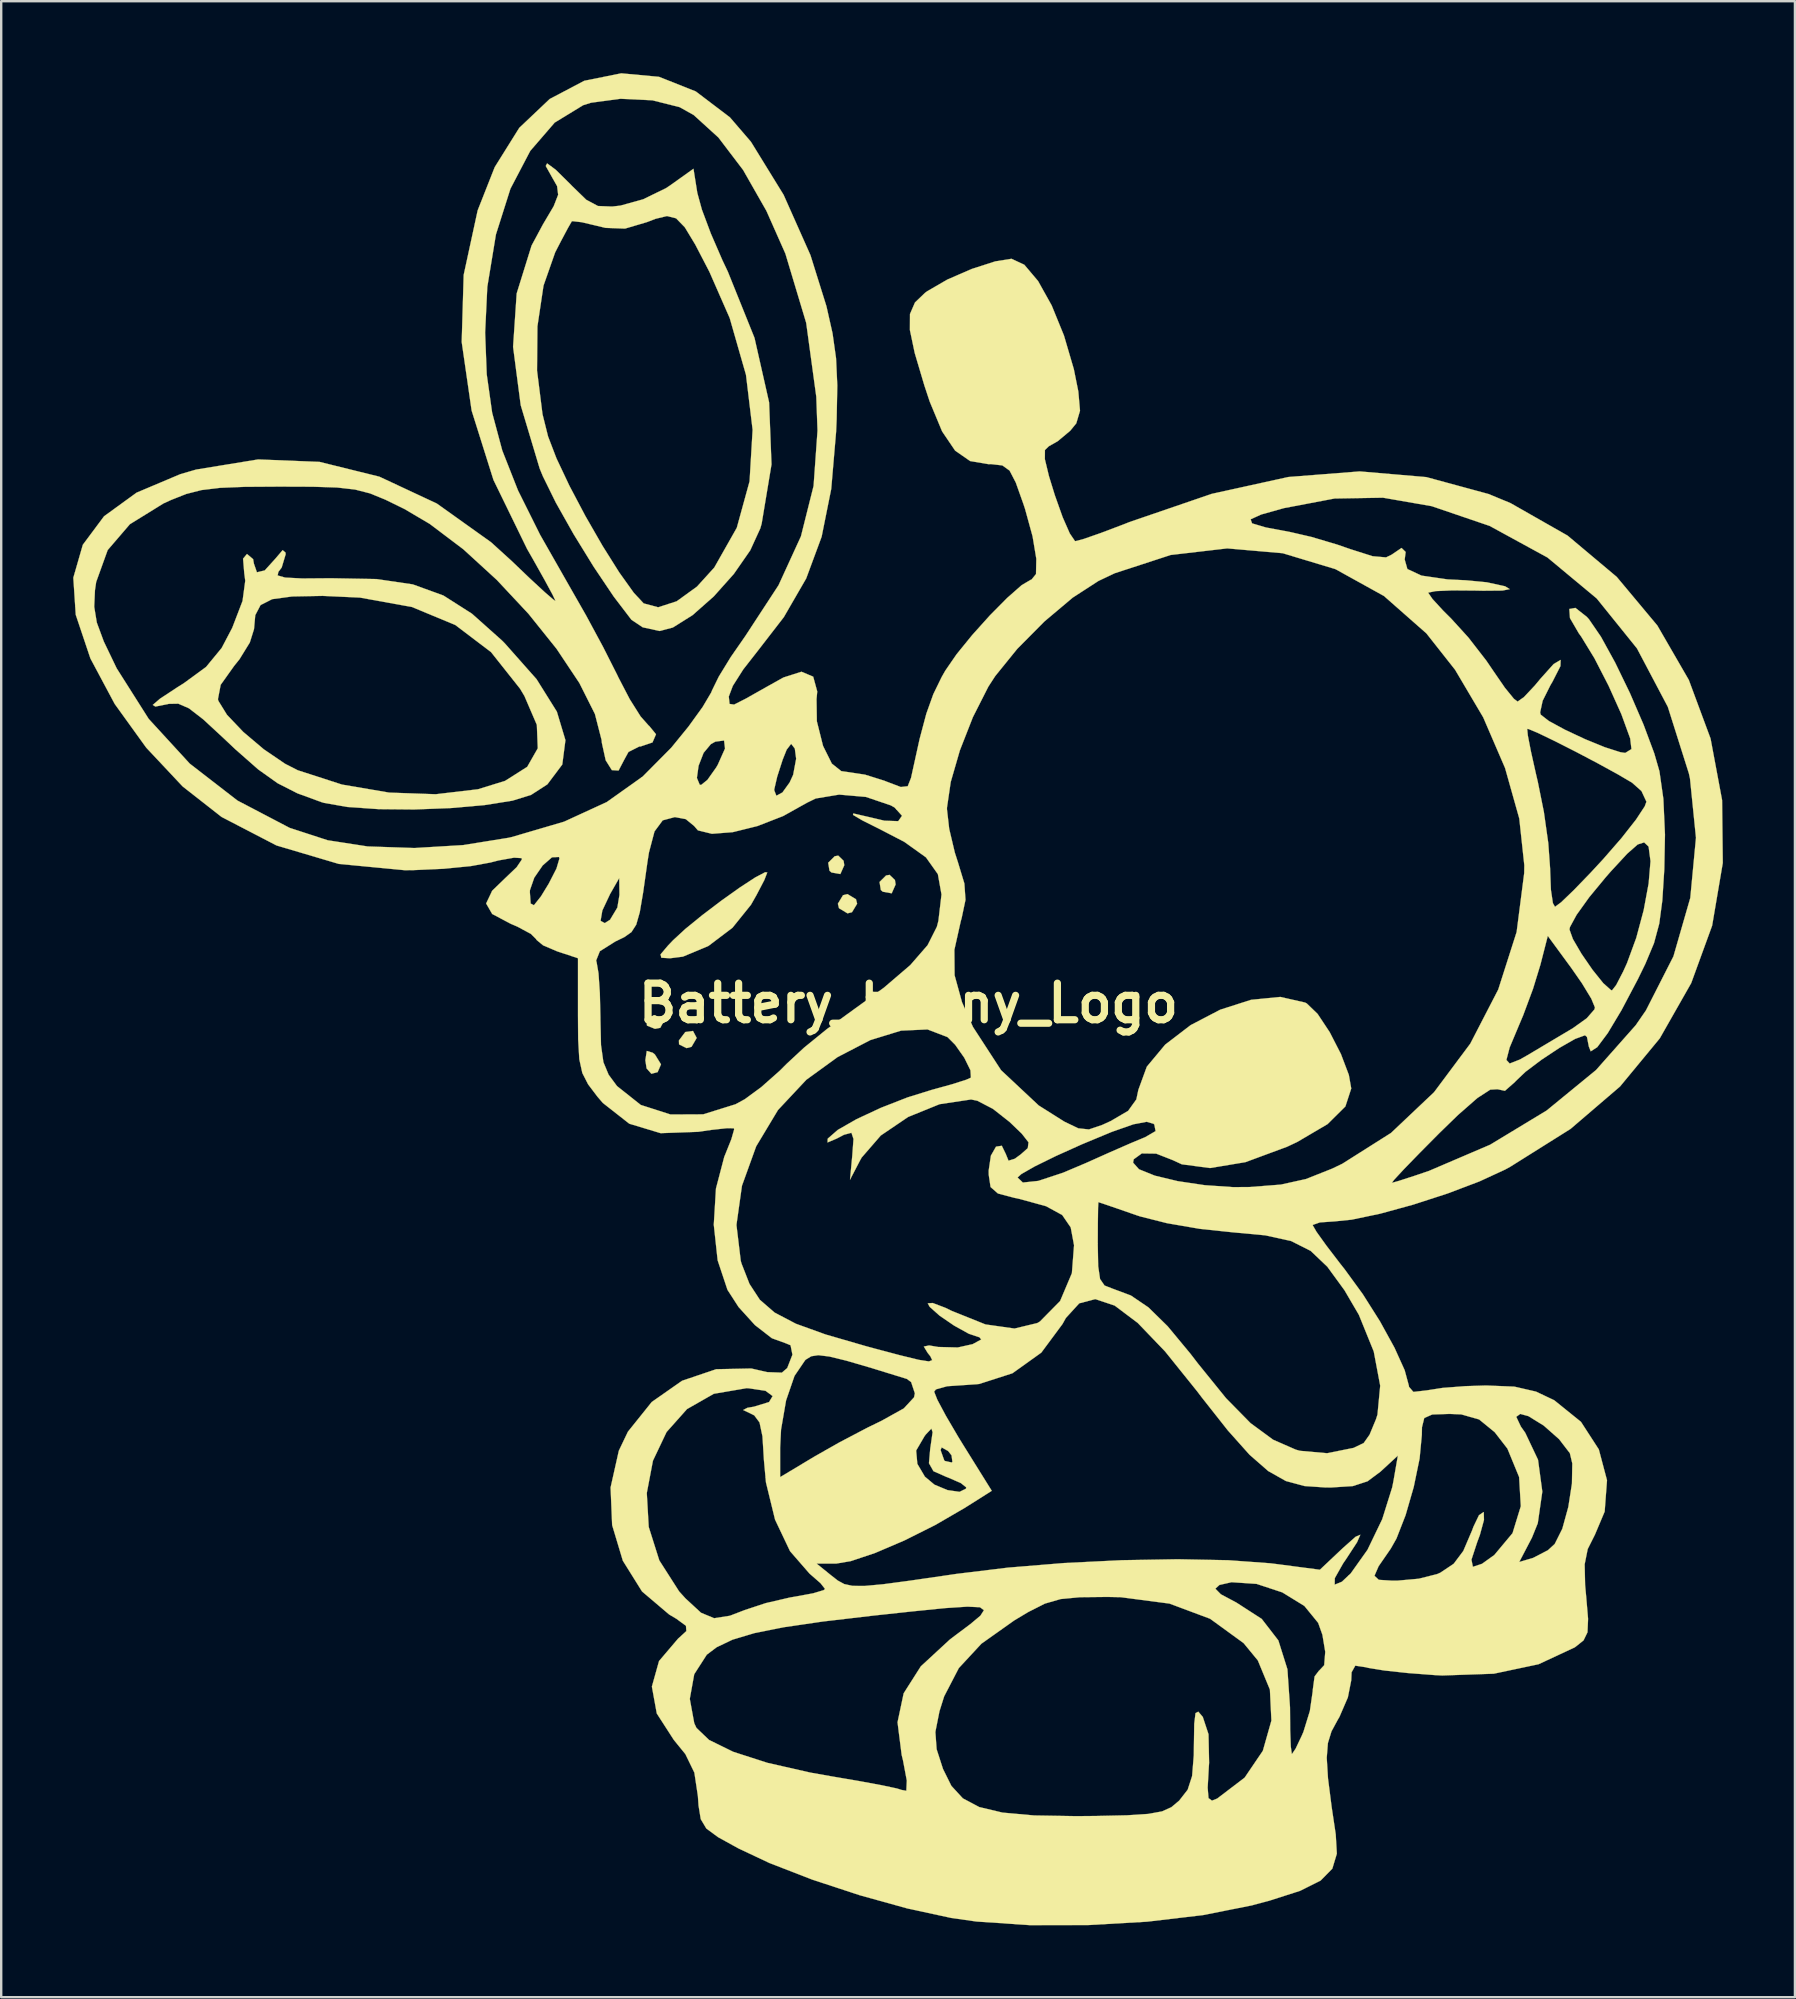
<source format=kicad_pcb>
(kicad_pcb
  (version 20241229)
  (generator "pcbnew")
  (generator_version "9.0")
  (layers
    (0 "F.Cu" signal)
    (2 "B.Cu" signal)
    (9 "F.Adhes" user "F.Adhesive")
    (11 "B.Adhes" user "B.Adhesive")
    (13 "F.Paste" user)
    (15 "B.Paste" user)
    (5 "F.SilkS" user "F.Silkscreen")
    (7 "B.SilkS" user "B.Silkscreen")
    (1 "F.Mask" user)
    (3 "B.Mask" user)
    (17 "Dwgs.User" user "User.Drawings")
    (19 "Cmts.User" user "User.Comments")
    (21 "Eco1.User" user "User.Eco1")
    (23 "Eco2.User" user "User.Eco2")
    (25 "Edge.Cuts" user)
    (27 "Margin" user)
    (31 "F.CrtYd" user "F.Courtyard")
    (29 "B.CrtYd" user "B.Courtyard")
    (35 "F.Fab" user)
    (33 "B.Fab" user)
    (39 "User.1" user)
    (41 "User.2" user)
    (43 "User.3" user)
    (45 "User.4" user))
  (footprint "Battery_bunny_Logo"
    (layer "F.Cu")
    (at 34.8 38.747)
    (property "Reference" "Battery_bunny_Logo" (at 0 0 0) (layer "F.SilkS") (effects (font (size 1.524 1.524) (thickness 0.3))))
    (attr through_hole)
    (fp_poly (pts (xy -8.823 1.448) (xy -9.038 1.817) (xy -9.246 1.872) (xy -9.558 1.716) (xy -9.564 1.554) (xy -9.298 1.201) (xy -8.977 1.156) (xy -8.823 1.448)) (stroke (width 0.01) (type solid)) (fill yes) (layer "F.SilkS"))
    (fp_poly (pts (xy -10.653 2.065) (xy -10.564 2.137) (xy -10.31 2.548) (xy -10.451 2.873) (xy -10.711 2.941) (xy -10.911 2.716) (xy -10.962 2.374) (xy -10.903 1.988) (xy -10.653 2.065)) (stroke (width 0.01) (type solid)) (fill yes) (layer "F.SilkS"))
    (fp_poly (pts (xy -10.248 0.703) (xy -10.211 0.782) (xy -10.34 1.026) (xy -10.561 1.069) (xy -10.894 0.934) (xy -10.911 0.782) (xy -10.635 0.506) (xy -10.561 0.495) (xy -10.248 0.703)) (stroke (width 0.01) (type solid)) (fill yes) (layer "F.SilkS"))
    (fp_poly (pts (xy -2.702 -5.933) (xy -2.674 -5.748) (xy -2.838 -5.38) (xy -3.207 -5.446) (xy -3.29 -5.518) (xy -3.344 -5.852) (xy -3.073 -6.122) (xy -2.925 -6.149) (xy -2.702 -5.933)) (stroke (width 0.01) (type solid)) (fill yes) (layer "F.SilkS"))
    (fp_poly (pts (xy -2.186 -4.331) (xy -2.139 -4.144) (xy -2.353 -3.79) (xy -2.54 -3.743) (xy -2.894 -3.957) (xy -2.941 -4.144) (xy -2.727 -4.499) (xy -2.54 -4.545) (xy -2.186 -4.331)) (stroke (width 0.01) (type solid)) (fill yes) (layer "F.SilkS"))
    (fp_poly (pts (xy -0.563 -5.131) (xy -0.535 -4.946) (xy -0.699 -4.578) (xy -1.068 -4.644) (xy -1.151 -4.716) (xy -1.205 -5.05) (xy -0.934 -5.32) (xy -0.786 -5.347) (xy -0.563 -5.131)) (stroke (width 0.01) (type solid)) (fill yes) (layer "F.SilkS"))
    (fp_poly (pts (xy -5.882 -5.447) (xy -6.007 -5.127) (xy -6.326 -4.516) (xy -6.562 -4.1) (xy -7.333 -3.143) (xy -8.336 -2.384) (xy -9.397 -1.94) (xy -9.932 -1.872) (xy -10.296 -1.893) (xy -10.33 -2.033) (xy -10.018 -2.402) (xy -9.81 -2.62) (xy -9.299 -3.092) (xy -8.593 -3.667) (xy -7.8 -4.269) (xy -7.026 -4.82) (xy -6.381 -5.241) (xy -5.971 -5.457) (xy -5.882 -5.447)) (stroke (width 0.01) (type solid)) (fill yes) (layer "F.SilkS"))
    (fp_poly (pts (xy -14.698 -34.726) (xy -14.065 -34.101) (xy -14.021 -34.054) (xy -13.421 -33.471) (xy -12.937 -33.214) (xy -12.347 -33.191) (xy -12.004 -33.23) (xy -11.056 -33.493) (xy -10.106 -33.955) (xy -9.93 -34.072) (xy -8.957 -34.766) (xy -8.797 -33.759) (xy -8.607 -33.065) (xy -8.235 -32.07) (xy -7.748 -30.947) (xy -7.526 -30.48) (xy -6.415 -27.721) (xy -5.807 -25.036) (xy -5.706 -22.448) (xy -6.116 -19.983) (xy -6.172 -19.785) (xy -6.592 -18.868) (xy -7.275 -17.885) (xy -8.112 -16.948) (xy -8.996 -16.167) (xy -9.817 -15.652) (xy -10.365 -15.507) (xy -11.073 -15.661) (xy -11.542 -15.975) (xy -12.28 -16.942) (xy -13.115 -18.184) (xy -13.95 -19.54) (xy -14.689 -20.851) (xy -15.233 -21.957) (xy -15.365 -22.277) (xy -16.154 -24.91) (xy -16.344 -26.356) (xy -15.475 -26.356) (xy -15.247 -24.539) (xy -15.016 -23.614) (xy -14.666 -22.701) (xy -14.125 -21.556) (xy -13.463 -20.302) (xy -12.749 -19.06) (xy -12.053 -17.952) (xy -11.445 -17.101) (xy -11.032 -16.657) (xy -10.43 -16.495) (xy -9.657 -16.745) (xy -8.812 -17.356) (xy -8.09 -18.151) (xy -7.152 -19.808) (xy -6.62 -21.743) (xy -6.493 -23.89) (xy -6.769 -26.179) (xy -7.447 -28.544) (xy -8.297 -30.48) (xy -8.884 -31.61) (xy -9.318 -32.327) (xy -9.682 -32.701) (xy -10.06 -32.796) (xy -10.537 -32.681) (xy -10.895 -32.543) (xy -11.808 -32.273) (xy -12.622 -32.303) (xy -12.964 -32.385) (xy -13.615 -32.539) (xy -13.997 -32.583) (xy -14.029 -32.572) (xy -14.184 -32.304) (xy -14.497 -31.715) (xy -14.72 -31.282) (xy -15.205 -29.898) (xy -15.459 -28.199) (xy -15.475 -26.356) (xy -16.344 -26.356) (xy -16.473 -27.347) (xy -16.323 -29.571) (xy -15.703 -31.564) (xy -15.227 -32.451) (xy -14.78 -33.207) (xy -14.595 -33.682) (xy -14.639 -34.043) (xy -14.836 -34.39) (xy -15.112 -34.882) (xy -15.056 -34.99) (xy -14.698 -34.726)) (stroke (width 0.01) (type solid)) (fill yes) (layer "F.SilkS"))
    (fp_poly (pts (xy -25.954 -18.774) (xy -25.949 -18.702) (xy -26.113 -18.154) (xy -26.251 -17.971) (xy -26.283 -17.822) (xy -25.973 -17.733) (xy -25.257 -17.696) (xy -24.073 -17.705) (xy -24.045 -17.705) (xy -22.161 -17.671) (xy -20.652 -17.449) (xy -19.375 -16.985) (xy -18.186 -16.227) (xy -16.944 -15.119) (xy -16.822 -14.997) (xy -15.493 -13.497) (xy -14.649 -12.147) (xy -14.292 -10.959) (xy -14.423 -9.945) (xy -15.044 -9.118) (xy -15.723 -8.679) (xy -16.5 -8.438) (xy -17.666 -8.253) (xy -19.08 -8.129) (xy -20.598 -8.071) (xy -22.077 -8.085) (xy -23.376 -8.175) (xy -24.352 -8.346) (xy -24.464 -8.38) (xy -25.458 -8.744) (xy -26.283 -9.164) (xy -27.092 -9.74) (xy -28.039 -10.573) (xy -28.531 -11.038) (xy -29.383 -11.826) (xy -29.978 -12.286) (xy -30.421 -12.479) (xy -30.818 -12.472) (xy -30.87 -12.459) (xy -31.375 -12.359) (xy -31.486 -12.426) (xy -31.206 -12.667) (xy -28.77 -12.667) (xy -28.751 -12.595) (xy -28.393 -12.015) (xy -27.714 -11.301) (xy -26.859 -10.578) (xy -25.973 -9.975) (xy -25.442 -9.704) (xy -23.602 -9.109) (xy -21.636 -8.774) (xy -19.697 -8.706) (xy -17.938 -8.913) (xy -16.808 -9.262) (xy -15.884 -9.848) (xy -15.444 -10.62) (xy -15.483 -11.596) (xy -16 -12.798) (xy -16.182 -13.103) (xy -17.391 -14.627) (xy -18.879 -15.756) (xy -20.687 -16.507) (xy -22.853 -16.899) (xy -24.407 -16.97) (xy -25.68 -16.946) (xy -26.512 -16.833) (xy -26.994 -16.588) (xy -27.215 -16.166) (xy -27.267 -15.584) (xy -27.441 -15.029) (xy -27.872 -14.33) (xy -28.094 -14.054) (xy -28.656 -13.265) (xy -28.77 -12.667) (xy -31.206 -12.667) (xy -31.18 -12.689) (xy -30.436 -13.178) (xy -30.199 -13.326) (xy -29.262 -14.012) (xy -28.615 -14.799) (xy -28.173 -15.641) (xy -27.745 -16.757) (xy -27.632 -17.6) (xy -27.673 -17.916) (xy -27.723 -18.521) (xy -27.56 -18.716) (xy -27.304 -18.5) (xy -27.272 -18.315) (xy -27.146 -17.953) (xy -26.82 -18.031) (xy -26.382 -18.515) (xy -26.074 -18.876) (xy -25.954 -18.774)) (stroke (width 0.01) (type solid)) (fill yes) (layer "F.SilkS"))
    (fp_poly (pts (xy -10.393 -38.596) (xy -8.86 -37.987) (xy -7.439 -36.908) (xy -6.563 -35.89) (xy -5.202 -33.679) (xy -4.083 -31.165) (xy -3.418 -29.04) (xy -3.163 -27.909) (xy -3.017 -26.872) (xy -2.965 -25.741) (xy -2.992 -24.327) (xy -3.015 -23.803) (xy -3.218 -21.425) (xy -3.618 -19.433) (xy -4.261 -17.696) (xy -5.192 -16.086) (xy -6.272 -14.689) (xy -6.883 -13.907) (xy -7.319 -13.22) (xy -7.486 -12.777) (xy -7.486 -12.776) (xy -7.454 -12.469) (xy -7.264 -12.441) (xy -6.778 -12.688) (xy -6.651 -12.76) (xy -5.889 -13.19) (xy -5.216 -13.566) (xy -5.207 -13.571) (xy -4.457 -13.81) (xy -3.969 -13.604) (xy -3.801 -12.989) (xy -3.83 -12.669) (xy -3.817 -11.747) (xy -3.564 -10.738) (xy -3.551 -10.703) (xy -3.193 -9.983) (xy -2.799 -9.669) (xy -2.491 -9.625) (xy -1.81 -9.522) (xy -1.004 -9.269) (xy -0.929 -9.238) (xy -0.319 -9.007) (xy -0.03 -9.04) (xy 0.108 -9.389) (xy 0.148 -9.573) (xy 0.465 -11.011) (xy 0.745 -12.064) (xy 1.036 -12.876) (xy 1.383 -13.588) (xy 1.534 -13.854) (xy 2.004 -14.537) (xy 2.658 -15.341) (xy 3.396 -16.161) (xy 4.117 -16.889) (xy 4.72 -17.42) (xy 5.104 -17.645) (xy 5.124 -17.646) (xy 5.314 -17.88) (xy 5.327 -18.515) (xy 5.171 -19.452) (xy 4.858 -20.592) (xy 4.788 -20.803) (xy 4.471 -21.694) (xy 4.213 -22.19) (xy 3.912 -22.406) (xy 3.466 -22.458) (xy 3.328 -22.459) (xy 2.569 -22.588) (xy 1.945 -23.021) (xy 1.402 -23.823) (xy 0.886 -25.063) (xy 0.662 -25.739) (xy 0.261 -27.089) (xy 0.06 -28.046) (xy 0.063 -28.714) (xy 0.272 -29.196) (xy 0.691 -29.597) (xy 0.784 -29.665) (xy 1.619 -30.149) (xy 2.636 -30.591) (xy 3.617 -30.907) (xy 4.293 -31.015) (xy 4.826 -30.767) (xy 5.4 -30.088) (xy 5.967 -29.072) (xy 6.48 -27.815) (xy 6.891 -26.413) (xy 7.077 -25.487) (xy 7.147 -24.683) (xy 6.992 -24.159) (xy 6.738 -23.849) (xy 6.216 -23.413) (xy 5.849 -23.205) (xy 5.686 -23.048) (xy 5.683 -22.667) (xy 5.852 -21.964) (xy 6.098 -21.167) (xy 6.424 -20.249) (xy 6.722 -19.571) (xy 6.935 -19.258) (xy 6.96 -19.251) (xy 7.309 -19.344) (xy 8.016 -19.591) (xy 8.947 -19.943) (xy 9.21 -20.047) (xy 9.543 -20.161) (xy 14.256 -20.161) (xy 14.316 -19.992) (xy 14.891 -19.821) (xy 15.908 -19.63) (xy 16.795 -19.425) (xy 17.861 -19.108) (xy 18.407 -18.919) (xy 19.337 -18.623) (xy 19.898 -18.574) (xy 20.131 -18.687) (xy 20.544 -18.968) (xy 20.715 -18.8) (xy 20.675 -18.486) (xy 20.787 -18.089) (xy 21.376 -17.815) (xy 22.462 -17.657) (xy 23.228 -17.62) (xy 24.093 -17.537) (xy 24.845 -17.373) (xy 24.865 -17.366) (xy 25.051 -17.251) (xy 24.747 -17.192) (xy 23.936 -17.185) (xy 23.595 -17.192) (xy 22.654 -17.199) (xy 21.965 -17.169) (xy 21.661 -17.107) (xy 21.656 -17.097) (xy 21.832 -16.842) (xy 22.28 -16.354) (xy 22.608 -16.028) (xy 23.33 -15.234) (xy 24.075 -14.274) (xy 24.373 -13.836) (xy 24.849 -13.144) (xy 25.225 -12.683) (xy 25.38 -12.566) (xy 25.647 -12.757) (xy 26.1 -13.24) (xy 26.324 -13.51) (xy 26.881 -14.131) (xy 27.172 -14.303) (xy 27.164 -14.045) (xy 26.824 -13.378) (xy 26.749 -13.254) (xy 26.423 -12.601) (xy 26.317 -12.113) (xy 26.342 -12.022) (xy 26.681 -11.758) (xy 27.353 -11.393) (xy 28.187 -11.002) (xy 29.012 -10.665) (xy 29.658 -10.458) (xy 29.863 -10.427) (xy 30.123 -10.587) (xy 30.071 -11.029) (xy 29.703 -12.04) (xy 29.17 -13.226) (xy 28.578 -14.376) (xy 28.028 -15.276) (xy 27.928 -15.413) (xy 27.561 -16.045) (xy 27.534 -16.425) (xy 27.788 -16.47) (xy 28.261 -16.098) (xy 28.353 -15.996) (xy 28.851 -15.269) (xy 29.444 -14.19) (xy 30.061 -12.916) (xy 30.628 -11.602) (xy 31.074 -10.405) (xy 31.289 -9.661) (xy 31.452 -8.515) (xy 31.519 -7.024) (xy 31.491 -5.583) (xy 31.409 -4.279) (xy 31.281 -3.316) (xy 31.062 -2.501) (xy 30.703 -1.643) (xy 30.391 -1.003) (xy 29.71 0.287) (xy 29.136 1.245) (xy 28.698 1.832) (xy 28.426 2.006) (xy 28.347 1.805) (xy 28.269 1.407) (xy 28.188 1.337) (xy 27.777 1.487) (xy 27.117 1.864) (xy 26.372 2.358) (xy 25.709 2.858) (xy 25.292 3.254) (xy 25.274 3.279) (xy 24.851 3.651) (xy 24.543 3.585) (xy 24.24 3.602) (xy 23.704 3.95) (xy 22.895 4.659) (xy 22.118 5.414) (xy 21.293 6.246) (xy 20.641 6.918) (xy 20.235 7.356) (xy 20.138 7.486) (xy 20.423 7.406) (xy 21.06 7.2) (xy 21.683 6.989) (xy 24.236 5.896) (xy 26.59 4.471) (xy 28.645 2.787) (xy 30.303 0.915) (xy 30.726 0.301) (xy 31.872 -1.951) (xy 32.574 -4.387) (xy 32.811 -6.893) (xy 32.562 -9.357) (xy 32.516 -9.571) (xy 31.638 -12.347) (xy 30.352 -14.783) (xy 28.675 -16.863) (xy 26.624 -18.569) (xy 24.215 -19.885) (xy 21.801 -20.708) (xy 19.771 -21.061) (xy 17.752 -21.027) (xy 15.641 -20.626) (xy 14.7 -20.362) (xy 14.256 -20.161) (xy 9.543 -20.161) (xy 12.636 -21.221) (xy 15.827 -21.923) (xy 18.801 -22.156) (xy 21.576 -21.919) (xy 24.17 -21.214) (xy 25.079 -20.838) (xy 27.461 -19.482) (xy 29.51 -17.761) (xy 31.201 -15.736) (xy 32.512 -13.469) (xy 33.419 -11.024) (xy 33.899 -8.461) (xy 33.928 -5.842) (xy 33.484 -3.231) (xy 32.612 -0.837) (xy 31.302 1.466) (xy 29.645 3.472) (xy 27.584 5.238) (xy 25.064 6.82) (xy 24.858 6.932) (xy 23.79 7.425) (xy 22.462 7.928) (xy 21.029 8.393) (xy 19.645 8.772) (xy 18.465 9.019) (xy 17.75 9.091) (xy 17.143 9.133) (xy 16.849 9.236) (xy 16.844 9.253) (xy 17 9.524) (xy 17.412 10.099) (xy 18.001 10.868) (xy 18.178 11.092) (xy 18.93 12.124) (xy 19.644 13.253) (xy 20.248 14.351) (xy 20.674 15.291) (xy 20.851 15.944) (xy 20.852 15.98) (xy 21.037 16.196) (xy 21.59 16.132) (xy 22.249 16.029) (xy 23.211 15.955) (xy 24.063 15.928) (xy 25.247 15.976) (xy 26.146 16.183) (xy 26.906 16.543) (xy 28.019 17.442) (xy 28.763 18.591) (xy 29.104 19.876) (xy 29.007 21.181) (xy 28.602 22.141) (xy 28.3 22.743) (xy 28.173 23.377) (xy 28.192 24.246) (xy 28.236 24.719) (xy 28.315 25.652) (xy 28.291 26.21) (xy 28.127 26.548) (xy 27.788 26.819) (xy 27.752 26.843) (xy 26.252 27.541) (xy 24.386 27.936) (xy 22.242 28.01) (xy 21.926 27.994) (xy 20.802 27.908) (xy 19.823 27.802) (xy 19.159 27.694) (xy 19.05 27.666) (xy 18.616 27.601) (xy 18.462 27.877) (xy 18.448 28.211) (xy 18.307 28.924) (xy 17.958 29.732) (xy 17.879 29.868) (xy 17.625 30.338) (xy 17.475 30.827) (xy 17.427 31.443) (xy 17.479 32.293) (xy 17.631 33.484) (xy 17.802 34.628) (xy 17.848 35.435) (xy 17.66 36.058) (xy 17.171 36.555) (xy 16.315 36.983) (xy 15.024 37.397) (xy 14.304 37.589) (xy 12.281 37.992) (xy 9.941 38.268) (xy 7.466 38.41) (xy 5.037 38.411) (xy 2.837 38.262) (xy 1.787 38.113) (xy -0.044 37.717) (xy -2.036 37.164) (xy -4.011 36.514) (xy -5.793 35.823) (xy -7.085 35.214) (xy -7.933 34.746) (xy -8.42 34.388) (xy -8.654 33.996) (xy -8.746 33.429) (xy -8.773 33.034) (xy -8.92 32.057) (xy -9.295 31.285) (xy -9.776 30.694) (xy -10.486 29.593) (xy -10.597 28.984) (xy -9.111 28.984) (xy -8.925 29.998) (xy -8.834 30.193) (xy -8.306 30.697) (xy -7.301 31.19) (xy -5.875 31.65) (xy -4.084 32.057) (xy -3.208 32.212) (xy -2.048 32.41) (xy -1.099 32.586) (xy -0.476 32.719) (xy -0.29 32.778) (xy -0.089 32.814) (xy -0.069 32.389) (xy -0.228 31.544) (xy -0.283 31.32) (xy -0.405 30.359) (xy 1.121 30.359) (xy 1.173 31.081) (xy 1.439 31.906) (xy 1.786 32.607) (xy 2.265 33.129) (xy 2.951 33.493) (xy 3.918 33.723) (xy 5.239 33.842) (xy 6.989 33.871) (xy 7.814 33.864) (xy 9.111 33.835) (xy 9.989 33.778) (xy 10.565 33.673) (xy 10.955 33.497) (xy 11.274 33.228) (xy 11.284 33.218) (xy 11.633 32.77) (xy 11.818 32.199) (xy 11.888 31.332) (xy 11.893 30.916) (xy 11.907 30.019) (xy 11.96 29.578) (xy 12.076 29.518) (xy 12.263 29.737) (xy 12.501 30.458) (xy 12.526 31.648) (xy 12.514 31.821) (xy 12.466 32.685) (xy 12.501 33.119) (xy 12.645 33.225) (xy 12.861 33.139) (xy 14.005 32.268) (xy 14.765 31.148) (xy 15.122 29.889) (xy 15.059 28.598) (xy 14.556 27.382) (xy 13.964 26.662) (xy 12.568 25.647) (xy 10.877 25.015) (xy 8.841 24.748) (xy 8.288 24.737) (xy 7.143 24.749) (xy 6.34 24.826) (xy 5.688 25.014) (xy 4.997 25.363) (xy 4.41 25.714) (xy 3.04 26.685) (xy 2.099 27.7) (xy 1.487 28.88) (xy 1.292 29.5) (xy 1.121 30.359) (xy -0.405 30.359) (xy -0.455 29.959) (xy -0.2 28.753) (xy 0.515 27.629) (xy 1.722 26.514) (xy 1.939 26.349) (xy 2.58 25.869) (xy 2.997 25.52) (xy 3.145 25.289) (xy 2.979 25.167) (xy 2.455 25.142) (xy 1.527 25.203) (xy 0.152 25.341) (xy -1.471 25.516) (xy -3.562 25.761) (xy -5.189 25.999) (xy -6.423 26.246) (xy -7.334 26.519) (xy -7.993 26.834) (xy -8.402 27.143) (xy -8.926 27.957) (xy -9.111 28.984) (xy -10.597 28.984) (xy -10.69 28.473) (xy -10.392 27.408) (xy -9.595 26.471) (xy -9.565 26.446) (xy -9.254 26.161) (xy -9.27 25.94) (xy -9.669 25.648) (xy -9.972 25.468) (xy -11.1 24.51) (xy -11.9 23.229) (xy -12.346 21.745) (xy -12.401 20.408) (xy -10.902 20.408) (xy -10.822 21.82) (xy -10.381 23.215) (xy -9.555 24.507) (xy -9.292 24.798) (xy -8.643 25.397) (xy -8.097 25.624) (xy -7.441 25.522) (xy -6.82 25.284) (xy -5.949 24.996) (xy -4.932 24.76) (xy -4.689 24.719) (xy -3.97 24.586) (xy -3.535 24.455) (xy -3.476 24.405) (xy -3.484 24.394) (xy 12.786 24.394) (xy 13.016 24.627) (xy 13.664 24.973) (xy 14.719 25.654) (xy 15.411 26.549) (xy 15.789 27.75) (xy 15.897 29.344) (xy 15.904 30.284) (xy 15.93 30.973) (xy 15.972 31.278) (xy 15.978 31.282) (xy 16.129 31.062) (xy 16.387 30.518) (xy 16.457 30.355) (xy 16.724 29.49) (xy 16.844 28.658) (xy 16.844 28.617) (xy 16.921 28.05) (xy 17.106 27.806) (xy 17.112 27.806) (xy 17.321 27.582) (xy 17.365 27.026) (xy 17.247 26.314) (xy 17.07 25.818) (xy 16.495 25.113) (xy 15.576 24.548) (xy 14.503 24.194) (xy 13.462 24.124) (xy 12.957 24.238) (xy 12.786 24.394) (xy -3.484 24.394) (xy -3.663 24.166) (xy -4.114 23.772) (xy -4.121 23.766) (xy -4.483 23.35) (xy -3.825 23.35) (xy -3.22 23.84) (xy -2.943 24.056) (xy -2.674 24.202) (xy -2.328 24.277) (xy -1.818 24.279) (xy -1.058 24.209) (xy 0.038 24.063) (xy 1.555 23.843) (xy 2.005 23.777) (xy 4.144 23.517) (xy 6.487 23.325) (xy 8.892 23.207) (xy 11.218 23.167) (xy 13.324 23.208) (xy 15.068 23.335) (xy 15.321 23.366) (xy 17.141 23.605) (xy 18.102 22.698) (xy 18.63 22.23) (xy 18.827 22.146) (xy 18.692 22.457) (xy 18.225 23.173) (xy 18.108 23.343) (xy 17.763 23.954) (xy 17.758 24.226) (xy 18.057 24.105) (xy 18.32 23.858) (xy 19.415 23.858) (xy 19.597 24.025) (xy 20.153 24.06) (xy 20.371 24.059) (xy 21.26 23.979) (xy 22.026 23.786) (xy 22.165 23.725) (xy 22.716 23.356) (xy 23.116 22.823) (xy 23.487 21.956) (xy 23.536 21.82) (xy 23.77 21.332) (xy 23.962 21.201) (xy 23.97 21.208) (xy 23.978 21.53) (xy 23.808 22.153) (xy 23.698 22.448) (xy 23.456 23.185) (xy 23.516 23.483) (xy 23.897 23.357) (xy 24.409 22.99) (xy 25.168 22.081) (xy 25.513 20.957) (xy 25.442 19.742) (xy 24.955 18.558) (xy 24.424 17.872) (xy 23.776 17.343) (xy 23.388 17.233) (xy 25.323 17.233) (xy 25.515 17.639) (xy 25.697 17.897) (xy 26.23 19.022) (xy 26.409 20.349) (xy 26.22 21.666) (xy 25.976 22.269) (xy 25.447 23.282) (xy 26.025 23.111) (xy 26.643 22.791) (xy 26.926 22.53) (xy 27.242 21.897) (xy 27.492 20.99) (xy 27.643 20.015) (xy 27.658 19.176) (xy 27.557 18.749) (xy 27.107 18.164) (xy 26.468 17.599) (xy 25.83 17.205) (xy 25.49 17.112) (xy 25.323 17.233) (xy 23.388 17.233) (xy 23.035 17.132) (xy 22.543 17.112) (xy 21.823 17.136) (xy 21.49 17.283) (xy 21.395 17.667) (xy 21.389 17.991) (xy 21.296 18.973) (xy 21.052 20.154) (xy 20.712 21.331) (xy 20.332 22.305) (xy 20.094 22.726) (xy 19.588 23.459) (xy 19.415 23.858) (xy 18.32 23.858) (xy 18.423 23.762) (xy 19.124 22.776) (xy 19.739 21.499) (xy 20.155 20.172) (xy 20.205 19.919) (xy 20.391 18.849) (xy 19.665 19.518) (xy 19.128 19.919) (xy 18.514 20.119) (xy 17.616 20.177) (xy 17.391 20.178) (xy 16.5 20.117) (xy 15.725 19.908) (xy 14.987 19.492) (xy 14.208 18.81) (xy 13.309 17.803) (xy 12.212 16.413) (xy 12.031 16.174) (xy 10.692 14.509) (xy 9.552 13.321) (xy 8.591 12.598) (xy 7.785 12.329) (xy 7.115 12.505) (xy 6.559 13.114) (xy 6.417 13.368) (xy 5.535 14.558) (xy 4.332 15.419) (xy 2.945 15.865) (xy 2.359 15.908) (xy 1.612 15.959) (xy 1.147 16.089) (xy 1.069 16.183) (xy 1.203 16.522) (xy 1.558 17.188) (xy 2.068 18.058) (xy 2.27 18.387) (xy 3.471 20.316) (xy 2.339 21.031) (xy 1.118 21.74) (xy -0.168 22.384) (xy -1.385 22.904) (xy -2.401 23.245) (xy -3.023 23.35) (xy -3.825 23.35) (xy -4.483 23.35) (xy -4.934 22.831) (xy -5.558 21.518) (xy -5.937 19.966) (xy -6.022 19.033) (xy -6.053 18.527) (xy -5.347 18.527) (xy -5.347 19.746) (xy -3.931 18.897) (xy -3.475 18.638) (xy 0.32 18.638) (xy 0.37 19.193) (xy 0.684 19.726) (xy 1.081 20.059) (xy 1.627 20.287) (xy 2.13 20.359) (xy 2.398 20.226) (xy 2.406 20.172) (xy 2.183 19.994) (xy 1.638 19.757) (xy 1.581 19.737) (xy 1.041 19.498) (xy 0.854 19.165) (xy 0.902 18.618) (xy 1.337 18.618) (xy 1.489 19.043) (xy 1.515 19.072) (xy 1.801 19.136) (xy 1.831 19.112) (xy 1.795 18.838) (xy 1.653 18.658) (xy 1.384 18.507) (xy 1.337 18.618) (xy 0.902 18.618) (xy 0.91 18.533) (xy 0.919 18.481) (xy 1.006 17.874) (xy 0.956 17.723) (xy 0.73 17.961) (xy 0.674 18.032) (xy 0.32 18.638) (xy -3.475 18.638) (xy -2.862 18.29) (xy -1.699 17.68) (xy -1.123 17.4) (xy -0.193 16.882) (xy 0.233 16.421) (xy 0.267 16.255) (xy 0.112 15.787) (xy -0.067 15.654) (xy -1.538 15.2) (xy -2.585 14.894) (xy -3.296 14.721) (xy -3.756 14.665) (xy -4.05 14.71) (xy -4.265 14.841) (xy -4.304 14.874) (xy -4.748 15.529) (xy -5.099 16.549) (xy -5.309 17.766) (xy -5.347 18.527) (xy -6.053 18.527) (xy -6.083 18.045) (xy -6.205 17.467) (xy -6.425 17.173) (xy -6.584 17.093) (xy -6.887 16.95) (xy -6.712 16.858) (xy -6.438 16.811) (xy -5.808 16.618) (xy -5.659 16.369) (xy -5.955 16.149) (xy -6.662 16.043) (xy -6.756 16.042) (xy -8.11 16.273) (xy -9.226 16.91) (xy -10.079 17.868) (xy -10.646 19.062) (xy -10.902 20.408) (xy -12.401 20.408) (xy -12.411 20.178) (xy -12.067 18.646) (xy -11.689 17.854) (xy -10.695 16.615) (xy -9.432 15.731) (xy -8.012 15.25) (xy -6.547 15.22) (xy -5.889 15.371) (xy -5.275 15.393) (xy -5.051 15.202) (xy -4.834 14.645) (xy -4.912 14.252) (xy -5.106 14.171) (xy -5.69 13.959) (xy -6.395 13.412) (xy -7.078 12.659) (xy -7.541 11.942) (xy -7.95 10.714) (xy -8.11 9.238) (xy -7.167 9.238) (xy -6.987 10.737) (xy -6.951 10.858) (xy -6.623 11.697) (xy -6.192 12.357) (xy -5.575 12.891) (xy -4.689 13.356) (xy -3.451 13.803) (xy -1.777 14.288) (xy -1.604 14.335) (xy -0.37 14.664) (xy 0.424 14.858) (xy 0.852 14.925) (xy 0.989 14.872) (xy 0.91 14.707) (xy 0.802 14.572) (xy 0.64 14.306) (xy 0.86 14.259) (xy 1.237 14.323) (xy 2.054 14.344) (xy 2.674 14.206) (xy 3.032 14.012) (xy 2.96 13.92) (xy 2.958 13.92) (xy 2.514 13.772) (xy 1.901 13.432) (xy 1.297 13.019) (xy 0.885 12.652) (xy 0.804 12.504) (xy 1.011 12.491) (xy 1.535 12.69) (xy 1.805 12.821) (xy 3.208 13.384) (xy 4.42 13.555) (xy 5.368 13.327) (xy 5.477 13.262) (xy 6.318 12.409) (xy 6.809 11.249) (xy 6.899 10.087) (xy 6.886 10.014) (xy 7.887 10.014) (xy 7.904 10.955) (xy 7.983 11.493) (xy 8.17 11.763) (xy 8.508 11.895) (xy 8.517 11.898) (xy 9.266 12.178) (xy 9.997 12.673) (xy 10.798 13.459) (xy 11.754 14.612) (xy 12.058 15.008) (xy 13.233 16.459) (xy 14.252 17.496) (xy 15.194 18.188) (xy 16.136 18.6) (xy 16.309 18.649) (xy 17.442 18.75) (xy 18.548 18.527) (xy 18.967 18.325) (xy 19.211 17.98) (xy 19.48 17.332) (xy 19.541 17.14) (xy 19.655 15.936) (xy 19.386 14.511) (xy 18.766 12.984) (xy 18.167 11.96) (xy 17.452 10.98) (xy 16.758 10.32) (xy 15.943 9.909) (xy 14.867 9.672) (xy 13.502 9.545) (xy 12.141 9.402) (xy 10.773 9.166) (xy 9.651 8.883) (xy 9.517 8.839) (xy 8.694 8.553) (xy 8.113 8.354) (xy 7.912 8.288) (xy 7.9 8.532) (xy 7.891 9.17) (xy 7.887 10.014) (xy 6.886 10.014) (xy 6.76 9.342) (xy 6.406 8.826) (xy 5.735 8.459) (xy 4.648 8.16) (xy 4.412 8.109) (xy 3.727 7.928) (xy 3.421 7.66) (xy 3.361 7.262) (xy 4.545 7.262) (xy 4.766 7.472) (xy 5.408 7.404) (xy 6.438 7.064) (xy 7.395 6.659) (xy 8.385 6.216) (xy 9.263 5.832) (xy 9.848 5.588) (xy 9.869 5.579) (xy 10.296 5.33) (xy 10.244 5.059) (xy 10.211 5.024) (xy 9.927 4.941) (xy 9.371 5.046) (xy 8.475 5.36) (xy 7.226 5.879) (xy 6.142 6.367) (xy 5.268 6.796) (xy 4.705 7.117) (xy 4.545 7.262) (xy 3.361 7.262) (xy 3.344 7.145) (xy 3.342 6.974) (xy 3.434 6.352) (xy 3.648 5.977) (xy 3.889 5.94) (xy 4.055 6.282) (xy 4.169 6.562) (xy 4.43 6.481) (xy 4.679 6.299) (xy 4.972 6.038) (xy 5.002 5.795) (xy 4.723 5.438) (xy 4.215 4.949) (xy 3.519 4.402) (xy 2.868 4.064) (xy 2.609 4.011) (xy 1.296 4.208) (xy -0.014 4.74) (xy -1.153 5.512) (xy -1.95 6.431) (xy -2.017 6.551) (xy -2.435 7.353) (xy -2.341 6.35) (xy -2.29 5.656) (xy -2.376 5.399) (xy -2.685 5.481) (xy -2.991 5.641) (xy -3.371 5.802) (xy -3.366 5.653) (xy -3.355 5.636) (xy -2.943 5.278) (xy -2.16 4.83) (xy -1.144 4.357) (xy -0.038 3.925) (xy 0.972 3.611) (xy 1.805 3.381) (xy 2.402 3.191) (xy 2.602 3.102) (xy 2.583 2.795) (xy 2.327 2.274) (xy 1.945 1.731) (xy 1.627 1.412) (xy 0.794 1.093) (xy -0.307 1.143) (xy -1.586 1.536) (xy -2.953 2.245) (xy -4.255 3.19) (xy -5.436 4.45) (xy -6.345 5.964) (xy -6.937 7.604) (xy -7.167 9.238) (xy -8.11 9.238) (xy -8.111 9.233) (xy -8.02 7.72) (xy -7.674 6.398) (xy -7.641 6.321) (xy -7.38 5.67) (xy -7.264 5.265) (xy -7.27 5.212) (xy -7.557 5.207) (xy -8.206 5.278) (xy -8.761 5.359) (xy -10.327 5.415) (xy -11.631 5.021) (xy -12.731 4.158) (xy -12.957 3.896) (xy -13.348 3.379) (xy -13.588 2.909) (xy -13.714 2.333) (xy -13.762 1.5) (xy -13.769 0.509) (xy -13.769 -1.778) (xy -13.013 -1.778) (xy -12.993 -1.708) (xy -12.914 -1.247) (xy -12.858 -0.423) (xy -12.834 0.592) (xy -12.834 0.67) (xy -12.81 1.744) (xy -12.71 2.457) (xy -12.492 2.981) (xy -12.143 3.453) (xy -11.153 4.239) (xy -9.913 4.637) (xy -8.553 4.631) (xy -7.203 4.21) (xy -6.818 4) (xy -6.138 3.501) (xy -5.366 2.817) (xy -5.08 2.531) (xy -4.351 1.854) (xy -3.396 1.077) (xy -2.566 0.47) (xy -1.027 -0.643) (xy 0.077 -1.588) (xy 0.797 -2.417) (xy 1.184 -3.185) (xy 1.248 -3.433) (xy 1.377 -4.53) (xy 1.225 -5.377) (xy 0.729 -6.076) (xy -0.175 -6.723) (xy -1.203 -7.256) (xy -1.92 -7.615) (xy -2.31 -7.846) (xy -2.297 -7.905) (xy -2.273 -7.9) (xy -1.597 -7.744) (xy -1.003 -7.604) (xy -0.427 -7.584) (xy -0.268 -7.809) (xy -0.514 -8.082) (xy 1.604 -8.082) (xy 1.697 -7.264) (xy 1.932 -6.273) (xy 2.064 -5.863) (xy 2.33 -4.985) (xy 2.376 -4.306) (xy 2.215 -3.542) (xy 2.18 -3.421) (xy 1.913 -2.224) (xy 1.922 -1.164) (xy 2.231 -0.041) (xy 2.688 0.991) (xy 3.858 2.791) (xy 5.427 4.261) (xy 6.49 4.932) (xy 7.073 5.213) (xy 7.519 5.26) (xy 8.078 5.07) (xy 8.431 4.908) (xy 9.153 4.485) (xy 9.494 4.009) (xy 9.579 3.609) (xy 9.931 2.645) (xy 10.697 1.726) (xy 11.756 0.914) (xy 12.989 0.271) (xy 14.275 -0.141) (xy 15.493 -0.261) (xy 16.523 -0.027) (xy 16.595 0.01) (xy 17.046 0.445) (xy 17.552 1.209) (xy 18.018 2.118) (xy 18.348 2.988) (xy 18.448 3.554) (xy 18.204 4.302) (xy 17.46 5.039) (xy 16.201 5.78) (xy 15.774 5.981) (xy 14.039 6.623) (xy 12.566 6.868) (xy 11.391 6.713) (xy 11.012 6.538) (xy 10.32 6.267) (xy 9.722 6.259) (xy 9.385 6.503) (xy 9.358 6.642) (xy 9.605 6.919) (xy 10.266 7.186) (xy 11.221 7.415) (xy 12.349 7.583) (xy 13.529 7.664) (xy 14.22 7.659) (xy 15.515 7.558) (xy 16.563 7.326) (xy 17.651 6.894) (xy 18.077 6.689) (xy 20.105 5.406) (xy 21.899 3.708) (xy 22.901 2.365) (xy 24.912 2.365) (xy 25.05 2.514) (xy 25.477 2.346) (xy 25.801 2.161) (xy 26.703 1.624) (xy 27.621 1.078) (xy 27.673 1.048) (xy 28.261 0.627) (xy 28.581 0.259) (xy 28.602 0.179) (xy 28.45 -0.189) (xy 28.061 -0.829) (xy 27.616 -1.469) (xy 26.637 -2.804) (xy 26.329 -1.602) (xy 26.023 -0.604) (xy 25.613 0.501) (xy 25.443 0.903) (xy 25.048 1.845) (xy 24.912 2.365) (xy 22.901 2.365) (xy 23.407 1.687) (xy 24.572 -0.568) (xy 25.339 -2.967) (xy 25.352 -3.072) (xy 27.539 -3.072) (xy 27.683 -2.672) (xy 28.041 -2.058) (xy 28.5 -1.392) (xy 28.947 -0.835) (xy 29.271 -0.546) (xy 29.314 -0.535) (xy 29.486 -0.756) (xy 29.777 -1.317) (xy 29.938 -1.671) (xy 30.322 -2.718) (xy 30.632 -3.874) (xy 30.839 -4.991) (xy 30.917 -5.918) (xy 30.839 -6.507) (xy 30.824 -6.538) (xy 30.651 -6.699) (xy 30.384 -6.614) (xy 29.947 -6.23) (xy 29.267 -5.495) (xy 29.057 -5.256) (xy 28.364 -4.417) (xy 27.837 -3.682) (xy 27.561 -3.174) (xy 27.539 -3.072) (xy 25.352 -3.072) (xy 25.654 -5.419) (xy 25.659 -5.748) (xy 25.449 -7.695) (xy 24.857 -9.798) (xy 24.153 -11.43) (xy 25.779 -11.43) (xy 25.805 -11.157) (xy 25.934 -10.492) (xy 26.142 -9.56) (xy 26.221 -9.223) (xy 26.474 -7.967) (xy 26.657 -6.673) (xy 26.734 -5.608) (xy 26.735 -5.548) (xy 26.767 -4.723) (xy 26.85 -4.167) (xy 26.937 -4.015) (xy 27.191 -4.203) (xy 27.714 -4.705) (xy 28.421 -5.436) (xy 28.943 -6) (xy 29.708 -6.879) (xy 30.313 -7.649) (xy 30.677 -8.203) (xy 30.747 -8.395) (xy 30.54 -8.839) (xy 30.146 -9.189) (xy 29.539 -9.545) (xy 28.72 -9.994) (xy 27.816 -10.47) (xy 26.95 -10.91) (xy 26.248 -11.249) (xy 25.836 -11.422) (xy 25.779 -11.43) (xy 24.153 -11.43) (xy 23.945 -11.912) (xy 22.774 -13.893) (xy 21.581 -15.406) (xy 19.81 -16.966) (xy 17.791 -18.084) (xy 15.591 -18.748) (xy 13.281 -18.949) (xy 10.926 -18.675) (xy 8.596 -17.915) (xy 7.915 -17.592) (xy 6.845 -16.899) (xy 5.663 -15.903) (xy 4.532 -14.762) (xy 3.615 -13.63) (xy 3.329 -13.189) (xy 2.685 -11.919) (xy 2.142 -10.534) (xy 1.761 -9.217) (xy 1.605 -8.15) (xy 1.604 -8.082) (xy -0.514 -8.082) (xy -0.577 -8.152) (xy -0.735 -8.242) (xy -1.773 -8.594) (xy -2.888 -8.691) (xy -3.865 -8.529) (xy -4.228 -8.352) (xy -5.22 -7.798) (xy -6.291 -7.381) (xy -7.321 -7.126) (xy -8.188 -7.058) (xy -8.772 -7.201) (xy -8.933 -7.387) (xy -9.279 -7.669) (xy -9.733 -7.754) (xy -10.238 -7.619) (xy -10.581 -7.156) (xy -10.813 -6.276) (xy -10.875 -5.882) (xy -11.053 -4.625) (xy -11.195 -3.789) (xy -11.343 -3.271) (xy -11.542 -2.962) (xy -11.833 -2.756) (xy -12.215 -2.57) (xy -12.858 -2.165) (xy -13.013 -1.778) (xy -13.769 -1.778) (xy -13.769 -1.873) (xy -14.638 -2.161) (xy -15.222 -2.41) (xy -15.503 -2.642) (xy -15.507 -2.665) (xy -15.732 -2.888) (xy -16.297 -3.191) (xy -16.577 -3.311) (xy -16.805 -3.432) (xy -12.828 -3.432) (xy -12.654 -3.337) (xy -12.433 -3.476) (xy -12.129 -3.983) (xy -12.041 -4.511) (xy -12.051 -5.214) (xy -12.433 -4.545) (xy -12.754 -3.863) (xy -12.828 -3.432) (xy -16.805 -3.432) (xy -17.343 -3.717) (xy -17.596 -4.155) (xy -17.366 -4.638) (xy -15.775 -4.638) (xy -15.741 -4.152) (xy -15.604 -4.082) (xy -15.312 -4.45) (xy -14.988 -4.98) (xy -14.666 -5.608) (xy -14.542 -6.026) (xy -14.559 -6.092) (xy -14.852 -6.079) (xy -15.24 -5.739) (xy -15.59 -5.23) (xy -15.77 -4.713) (xy -15.775 -4.638) (xy -17.366 -4.638) (xy -17.341 -4.689) (xy -16.811 -5.201) (xy -16.323 -5.667) (xy -16.106 -5.99) (xy -16.115 -6.044) (xy -16.434 -6.063) (xy -17.076 -5.949) (xy -17.419 -5.861) (xy -18.234 -5.712) (xy -19.373 -5.6) (xy -20.628 -5.544) (xy -20.988 -5.541) (xy -23.735 -5.803) (xy -26.33 -6.572) (xy -28.619 -7.76) (xy -30.241 -9.031) (xy -31.757 -10.646) (xy -33.071 -12.468) (xy -34.083 -14.363) (xy -34.694 -16.183) (xy -34.716 -16.517) (xy -33.925 -16.517) (xy -33.817 -15.859) (xy -33.525 -15.068) (xy -33.004 -13.983) (xy -32.99 -13.954) (xy -31.654 -11.845) (xy -29.944 -9.981) (xy -27.955 -8.442) (xy -25.783 -7.305) (xy -24.197 -6.788) (xy -22.533 -6.531) (xy -20.581 -6.465) (xy -18.553 -6.587) (xy -16.66 -6.892) (xy -16.522 -6.924) (xy -14.347 -7.563) (xy -12.572 -8.379) (xy -11.874 -8.874) (xy -5.594 -8.874) (xy -5.503 -8.643) (xy -5.25 -8.781) (xy -4.95 -9.197) (xy -4.804 -9.515) (xy -4.679 -10.184) (xy -4.735 -10.61) (xy -4.887 -10.806) (xy -5.074 -10.564) (xy -5.242 -10.144) (xy -5.47 -9.436) (xy -5.59 -8.916) (xy -5.594 -8.874) (xy -11.874 -8.874) (xy -11.154 -9.386) (xy -8.815 -9.386) (xy -8.698 -9.104) (xy -8.64 -9.092) (xy -8.377 -9.303) (xy -8.011 -9.82) (xy -7.946 -9.931) (xy -7.643 -10.61) (xy -7.682 -10.945) (xy -8.048 -10.897) (xy -8.234 -10.792) (xy -8.535 -10.431) (xy -8.744 -9.895) (xy -8.815 -9.386) (xy -11.154 -9.386) (xy -11.075 -9.442) (xy -9.882 -10.645) (xy -9.167 -11.522) (xy -8.578 -12.337) (xy -8.221 -12.941) (xy -8.181 -13.038) (xy -7.902 -13.608) (xy -7.403 -14.423) (xy -6.793 -15.302) (xy -5.413 -17.414) (xy -4.48 -19.45) (xy -3.953 -21.551) (xy -3.789 -23.856) (xy -3.84 -25.266) (xy -4.261 -28.346) (xy -5.128 -31.231) (xy -5.919 -33.013) (xy -6.889 -34.715) (xy -7.918 -36.068) (xy -8.947 -37.004) (xy -9.534 -37.333) (xy -10.67 -37.618) (xy -11.996 -37.682) (xy -13.225 -37.517) (xy -13.552 -37.415) (xy -14.739 -36.69) (xy -15.758 -35.51) (xy -16.583 -33.935) (xy -17.188 -32.027) (xy -17.547 -29.844) (xy -17.638 -27.94) (xy -17.571 -26.202) (xy -17.345 -24.6) (xy -16.923 -23.025) (xy -16.269 -21.366) (xy -15.347 -19.515) (xy -14.122 -17.365) (xy -13.43 -16.153) (xy -12.72 -14.836) (xy -12.135 -13.679) (xy -12.085 -13.573) (xy -11.613 -12.666) (xy -11.16 -11.947) (xy -10.818 -11.561) (xy -10.8 -11.55) (xy -10.518 -11.205) (xy -10.665 -10.864) (xy -11.162 -10.696) (xy -11.214 -10.695) (xy -11.666 -10.467) (xy -11.849 -10.132) (xy -12.078 -9.694) (xy -12.358 -9.711) (xy -12.614 -10.119) (xy -12.775 -10.851) (xy -12.785 -10.965) (xy -13.063 -12.049) (xy -13.713 -13.343) (xy -14.66 -14.763) (xy -15.83 -16.222) (xy -17.149 -17.633) (xy -18.545 -18.911) (xy -19.944 -19.968) (xy -21.001 -20.591) (xy -21.794 -20.979) (xy -22.435 -21.241) (xy -23.06 -21.401) (xy -23.809 -21.486) (xy -24.818 -21.518) (xy -26.202 -21.523) (xy -27.643 -21.514) (xy -28.682 -21.472) (xy -29.455 -21.379) (xy -30.094 -21.216) (xy -30.734 -20.962) (xy -31.039 -20.822) (xy -32.439 -19.956) (xy -33.364 -18.879) (xy -33.843 -17.551) (xy -33.894 -17.204) (xy -33.925 -16.517) (xy -34.716 -16.517) (xy -34.795 -17.727) (xy -34.399 -19.1) (xy -33.515 -20.287) (xy -32.158 -21.272) (xy -30.34 -22.04) (xy -29.678 -22.233) (xy -27.095 -22.655) (xy -24.538 -22.553) (xy -22.045 -21.937) (xy -19.651 -20.818) (xy -17.392 -19.206) (xy -16.552 -18.443) (xy -15.765 -17.691) (xy -15.145 -17.118) (xy -14.774 -16.799) (xy -14.705 -16.761) (xy -14.83 -17.025) (xy -15.163 -17.641) (xy -15.643 -18.496) (xy -15.891 -18.929) (xy -17.291 -21.803) (xy -18.2 -24.69) (xy -18.614 -27.55) (xy -18.531 -30.344) (xy -17.948 -33.033) (xy -17.237 -34.835) (xy -16.215 -36.471) (xy -14.948 -37.672) (xy -13.508 -38.431) (xy -11.966 -38.742) (xy -10.393 -38.596)) (stroke (width 0.01) (type solid)) (fill yes) (layer "F.SilkS")))
  (gr_rect
    (start -3 -3)
    (end 71.734 80.162)
    (stroke (width 0.1) (type default))
    (fill no)
    (layer "Edge.Cuts")))
</source>
